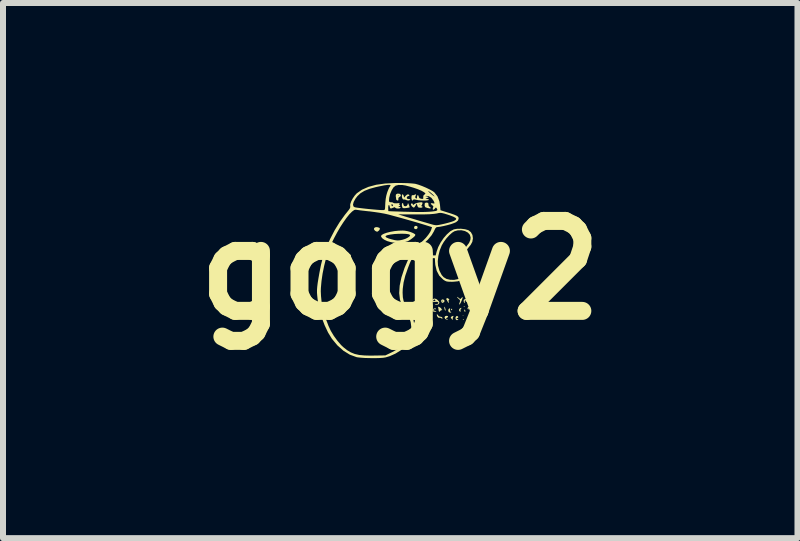
<source format=kicad_pcb>
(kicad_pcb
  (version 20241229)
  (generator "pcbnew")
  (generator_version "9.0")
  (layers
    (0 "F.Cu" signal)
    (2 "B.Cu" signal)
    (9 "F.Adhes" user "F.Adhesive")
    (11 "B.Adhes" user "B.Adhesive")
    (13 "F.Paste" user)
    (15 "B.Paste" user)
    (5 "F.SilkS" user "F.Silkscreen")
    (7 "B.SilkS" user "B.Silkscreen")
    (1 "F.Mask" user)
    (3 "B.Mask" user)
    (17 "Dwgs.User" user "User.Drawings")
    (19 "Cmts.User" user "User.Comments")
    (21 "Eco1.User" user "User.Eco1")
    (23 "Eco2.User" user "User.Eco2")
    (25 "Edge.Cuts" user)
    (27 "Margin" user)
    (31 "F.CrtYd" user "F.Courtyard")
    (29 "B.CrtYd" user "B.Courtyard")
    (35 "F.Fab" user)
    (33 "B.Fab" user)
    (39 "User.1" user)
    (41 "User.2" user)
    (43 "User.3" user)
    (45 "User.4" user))
  (footprint "gogy2"
    (layer "F.Cu")
    (at 3.621 1.454)
    (property "Reference" "gogy2" (at 0 0 0) (layer "F.SilkS") (effects (font (size 1.5 1.5) (thickness 0.3))))
    (attr board_only exclude_from_pos_files exclude_from_bom)
    (fp_poly (pts (xy 0.36 0.447) (xy 0.354 0.454) (xy 0.347 0.447) (xy 0.354 0.44)) (stroke (width 0) (type solid)) (fill yes) (layer "F.SilkS"))
    (fp_poly (pts (xy 1.054 0.754) (xy 1.047 0.76) (xy 1.041 0.754) (xy 1.047 0.747)) (stroke (width 0) (type solid)) (fill yes) (layer "F.SilkS"))
    (fp_poly (pts (xy 0.489 0.605) (xy 0.487 0.613) (xy 0.48 0.614) (xy 0.469 0.609) (xy 0.471 0.605) (xy 0.487 0.603)) (stroke (width 0) (type solid)) (fill yes) (layer "F.SilkS"))
    (fp_poly (pts (xy 1.063 0.818) (xy 1.061 0.826) (xy 1.054 0.827) (xy 1.043 0.822) (xy 1.045 0.818) (xy 1.061 0.817)) (stroke (width 0) (type solid)) (fill yes) (layer "F.SilkS"))
    (fp_poly (pts (xy 1.076 0.605) (xy 1.074 0.613) (xy 1.067 0.614) (xy 1.056 0.609) (xy 1.058 0.605) (xy 1.074 0.603)) (stroke (width 0) (type solid)) (fill yes) (layer "F.SilkS"))
    (fp_poly (pts (xy 0.382 0.521) (xy 0.384 0.527) (xy 0.392 0.551) (xy 0.387 0.56) (xy 0.374 0.549) (xy 0.367 0.533) (xy 0.361 0.505) (xy 0.368 0.501)) (stroke (width 0) (type solid)) (fill yes) (layer "F.SilkS"))
    (fp_poly (pts (xy 0.505 0.664) (xy 0.507 0.674) (xy 0.504 0.691) (xy 0.502 0.694) (xy 0.493 0.683) (xy 0.489 0.674) (xy 0.488 0.657) (xy 0.494 0.654)) (stroke (width 0) (type solid)) (fill yes) (layer "F.SilkS"))
    (fp_poly (pts (xy 0.867 0.651) (xy 0.867 0.654) (xy 0.857 0.667) (xy 0.853 0.667) (xy 0.845 0.659) (xy 0.847 0.654) (xy 0.859 0.641) (xy 0.861 0.64)) (stroke (width 0) (type solid)) (fill yes) (layer "F.SilkS"))
    (fp_poly (pts (xy 1.081 0.664) (xy 1.085 0.674) (xy 1.086 0.691) (xy 1.08 0.694) (xy 1.069 0.683) (xy 1.067 0.674) (xy 1.07 0.656) (xy 1.072 0.654)) (stroke (width 0) (type solid)) (fill yes) (layer "F.SilkS"))
    (fp_poly (pts (xy 1.31 0.487) (xy 1.294 0.507) (xy 1.269 0.529) (xy 1.257 0.531) (xy 1.254 0.515) (xy 1.265 0.495) (xy 1.275 0.488) (xy 1.303 0.481)) (stroke (width 0) (type solid)) (fill yes) (layer "F.SilkS"))
    (fp_poly (pts (xy 1.33 0.617) (xy 1.338 0.642) (xy 1.335 0.66) (xy 1.327 0.675) (xy 1.321 0.668) (xy 1.316 0.648) (xy 1.31 0.615) (xy 1.315 0.604)) (stroke (width 0) (type solid)) (fill yes) (layer "F.SilkS"))
    (fp_poly (pts (xy 0.276 -0.737) (xy 0.29 -0.722) (xy 0.287 -0.7) (xy 0.268 -0.684) (xy 0.263 -0.683) (xy 0.24 -0.69) (xy 0.231 -0.701) (xy 0.233 -0.725) (xy 0.252 -0.739)) (stroke (width 0) (type solid)) (fill yes) (layer "F.SilkS"))
    (fp_poly (pts (xy 0.748 0.625) (xy 0.748 0.626) (xy 0.756 0.655) (xy 0.757 0.672) (xy 0.749 0.673) (xy 0.743 0.662) (xy 0.735 0.629) (xy 0.735 0.616) (xy 0.738 0.607)) (stroke (width 0) (type solid)) (fill yes) (layer "F.SilkS"))
    (fp_poly (pts (xy 1.248 0.626) (xy 1.257 0.641) (xy 1.27 0.668) (xy 1.268 0.679) (xy 1.262 0.68) (xy 1.246 0.669) (xy 1.237 0.644) (xy 1.232 0.613) (xy 1.235 0.608)) (stroke (width 0) (type solid)) (fill yes) (layer "F.SilkS"))
    (fp_poly (pts (xy -0.349 -0.708) (xy -0.337 -0.69) (xy -0.351 -0.665) (xy -0.354 -0.662) (xy -0.377 -0.643) (xy -0.398 -0.645) (xy -0.42 -0.658) (xy -0.438 -0.682) (xy -0.434 -0.704) (xy -0.411 -0.717) (xy -0.385 -0.718)) (stroke (width 0) (type solid)) (fill yes) (layer "F.SilkS"))
    (fp_poly (pts (xy 0.832 0.638) (xy 0.83 0.656) (xy 0.832 0.684) (xy 0.842 0.695) (xy 0.853 0.704) (xy 0.839 0.707) (xy 0.815 0.702) (xy 0.809 0.698) (xy 0.8 0.675) (xy 0.806 0.649) (xy 0.819 0.636)) (stroke (width 0) (type solid)) (fill yes) (layer "F.SilkS"))
    (fp_poly (pts (xy 1.023 0.633) (xy 1.015 0.639) (xy 1.003 0.66) (xy 1.005 0.672) (xy 1.006 0.69) (xy 1.002 0.694) (xy 0.988 0.683) (xy 0.981 0.671) (xy 0.984 0.647) (xy 1.005 0.63) (xy 1.021 0.627)) (stroke (width 0) (type solid)) (fill yes) (layer "F.SilkS"))
    (fp_poly (pts (xy 0.89 0.763) (xy 0.885 0.774) (xy 0.884 0.775) (xy 0.875 0.799) (xy 0.876 0.809) (xy 0.879 0.825) (xy 0.868 0.822) (xy 0.853 0.806) (xy 0.842 0.787) (xy 0.853 0.774) (xy 0.855 0.773) (xy 0.878 0.762)) (stroke (width 0) (type solid)) (fill yes) (layer "F.SilkS"))
    (fp_poly (pts (xy 1.213 0.489) (xy 1.211 0.5) (xy 1.198 0.523) (xy 1.175 0.532) (xy 1.157 0.525) (xy 1.147 0.504) (xy 1.147 0.502) (xy 1.154 0.497) (xy 1.163 0.504) (xy 1.179 0.511) (xy 1.197 0.496) (xy 1.21 0.481)) (stroke (width 0) (type solid)) (fill yes) (layer "F.SilkS"))
    (fp_poly (pts (xy 0.806 0.475) (xy 0.82 0.489) (xy 0.815 0.494) (xy 0.805 0.504) (xy 0.807 0.52) (xy 0.81 0.543) (xy 0.802 0.544) (xy 0.791 0.524) (xy 0.779 0.5) (xy 0.772 0.493) (xy 0.768 0.478) (xy 0.771 0.471) (xy 0.785 0.464)) (stroke (width 0) (type solid)) (fill yes) (layer "F.SilkS"))
    (fp_poly (pts (xy 0.797 0.767) (xy 0.797 0.781) (xy 0.777 0.794) (xy 0.762 0.802) (xy 0.77 0.81) (xy 0.78 0.814) (xy 0.797 0.823) (xy 0.788 0.826) (xy 0.785 0.826) (xy 0.759 0.817) (xy 0.748 0.808) (xy 0.738 0.783) (xy 0.752 0.765) (xy 0.775 0.76)) (stroke (width 0) (type solid)) (fill yes) (layer "F.SilkS"))
    (fp_poly (pts (xy 0.627 0.744) (xy 0.632 0.754) (xy 0.65 0.77) (xy 0.666 0.774) (xy 0.691 0.78) (xy 0.705 0.795) (xy 0.703 0.809) (xy 0.691 0.806) (xy 0.687 0.801) (xy 0.669 0.792) (xy 0.655 0.793) (xy 0.632 0.79) (xy 0.616 0.767) (xy 0.609 0.743) (xy 0.613 0.734)) (stroke (width 0) (type solid)) (fill yes) (layer "F.SilkS"))
    (fp_poly (pts (xy 0.964 0.772) (xy 0.969 0.786) (xy 0.954 0.796) (xy 0.936 0.804) (xy 0.944 0.81) (xy 0.954 0.814) (xy 0.969 0.824) (xy 0.966 0.83) (xy 0.943 0.832) (xy 0.937 0.831) (xy 0.923 0.814) (xy 0.922 0.788) (xy 0.934 0.767) (xy 0.935 0.766) (xy 0.956 0.766)) (stroke (width 0) (type solid)) (fill yes) (layer "F.SilkS"))
    (fp_poly (pts (xy 1.11 0.489) (xy 1.116 0.51) (xy 1.109 0.524) (xy 1.097 0.53) (xy 1.094 0.515) (xy 1.088 0.5) (xy 1.081 0.5) (xy 1.074 0.517) (xy 1.076 0.527) (xy 1.078 0.544) (xy 1.075 0.547) (xy 1.063 0.536) (xy 1.059 0.528) (xy 1.058 0.499) (xy 1.077 0.482) (xy 1.087 0.48)) (stroke (width 0) (type solid)) (fill yes) (layer "F.SilkS"))
    (fp_poly (pts (xy 0.465 -1.122) (xy 0.471 -1.103) (xy 0.47 -1.097) (xy 0.475 -1.07) (xy 0.487 -1.059) (xy 0.505 -1.046) (xy 0.507 -1.039) (xy 0.506 -1.031) (xy 0.497 -1.029) (xy 0.474 -1.033) (xy 0.447 -1.039) (xy 0.418 -1.05) (xy 0.408 -1.071) (xy 0.407 -1.087) (xy 0.41 -1.116) (xy 0.426 -1.126) (xy 0.44 -1.127)) (stroke (width 0) (type solid)) (fill yes) (layer "F.SilkS"))
    (fp_poly (pts (xy 0.643 0.611) (xy 0.658 0.617) (xy 0.68 0.632) (xy 0.686 0.642) (xy 0.69 0.654) (xy 0.697 0.658) (xy 0.702 0.664) (xy 0.69 0.666) (xy 0.671 0.673) (xy 0.667 0.68) (xy 0.657 0.693) (xy 0.654 0.694) (xy 0.643 0.683) (xy 0.64 0.668) (xy 0.636 0.635) (xy 0.633 0.622) (xy 0.63 0.609)) (stroke (width 0) (type solid)) (fill yes) (layer "F.SilkS"))
    (fp_poly (pts (xy 0.595 0.642) (xy 0.597 0.652) (xy 0.592 0.65) (xy 0.571 0.649) (xy 0.56 0.654) (xy 0.548 0.665) (xy 0.56 0.672) (xy 0.561 0.672) (xy 0.592 0.682) (xy 0.6 0.685) (xy 0.604 0.69) (xy 0.586 0.693) (xy 0.557 0.69) (xy 0.543 0.685) (xy 0.535 0.664) (xy 0.553 0.644) (xy 0.559 0.641) (xy 0.584 0.634)) (stroke (width 0) (type solid)) (fill yes) (layer "F.SilkS"))
    (fp_poly (pts (xy 0.723 0.491) (xy 0.727 0.493) (xy 0.74 0.512) (xy 0.732 0.529) (xy 0.709 0.546) (xy 0.691 0.537) (xy 0.685 0.526) (xy 0.684 0.511) (xy 0.698 0.511) (xy 0.7 0.519) (xy 0.707 0.52) (xy 0.718 0.515) (xy 0.716 0.511) (xy 0.7 0.51) (xy 0.698 0.511) (xy 0.684 0.511) (xy 0.684 0.5) (xy 0.7 0.486)) (stroke (width 0) (type solid)) (fill yes) (layer "F.SilkS"))
    (fp_poly (pts (xy 0.955 0.446) (xy 0.975 0.461) (xy 0.996 0.478) (xy 1.009 0.477) (xy 1.022 0.461) (xy 1.036 0.447) (xy 1.041 0.451) (xy 1.036 0.476) (xy 1.023 0.509) (xy 1.008 0.543) (xy 0.994 0.567) (xy 0.986 0.574) (xy 0.983 0.563) (xy 0.99 0.539) (xy 0.999 0.511) (xy 0.99 0.491) (xy 0.977 0.48) (xy 0.955 0.459) (xy 0.947 0.446)) (stroke (width 0) (type solid)) (fill yes) (layer "F.SilkS"))
    (fp_poly (pts (xy -0.016 -1.275) (xy -0.009 -1.273) (xy 0.011 -1.256) (xy 0.008 -1.235) (xy -0.012 -1.221) (xy -0.031 -1.205) (xy -0.03 -1.187) (xy -0.032 -1.165) (xy -0.045 -1.161) (xy -0.063 -1.172) (xy -0.067 -1.184) (xy -0.071 -1.216) (xy -0.075 -1.236) (xy -0.073 -1.247) (xy -0.04 -1.247) (xy -0.033 -1.241) (xy -0.027 -1.247) (xy -0.033 -1.254) (xy -0.04 -1.247) (xy -0.073 -1.247) (xy -0.071 -1.262) (xy -0.049 -1.276)) (stroke (width 0) (type solid)) (fill yes) (layer "F.SilkS"))
    (fp_poly (pts (xy -0.834 -0.262) (xy -0.824 -0.254) (xy -0.825 -0.238) (xy -0.836 -0.208) (xy -0.851 -0.177) (xy -0.876 -0.12) (xy -0.897 -0.058) (xy -0.906 -0.023) (xy -0.917 0.021) (xy -0.928 0.044) (xy -0.943 0.053) (xy -0.95 0.053) (xy -0.965 0.051) (xy -0.972 0.04) (xy -0.972 0.014) (xy -0.968 -0.017) (xy -0.958 -0.066) (xy -0.94 -0.123) (xy -0.918 -0.178) (xy -0.895 -0.224) (xy -0.874 -0.253) (xy -0.872 -0.255) (xy -0.846 -0.264)) (stroke (width 0) (type solid)) (fill yes) (layer "F.SilkS"))
    (fp_poly (pts (xy 0.051 -1.109) (xy 0.053 -1.094) (xy 0.063 -1.072) (xy 0.084 -1.065) (xy 0.107 -1.072) (xy 0.123 -1.093) (xy 0.123 -1.097) (xy 0.128 -1.116) (xy 0.134 -1.113) (xy 0.145 -1.089) (xy 0.155 -1.061) (xy 0.157 -1.047) (xy 0.157 -1.047) (xy 0.143 -1.043) (xy 0.112 -1.038) (xy 0.098 -1.036) (xy 0.06 -1.033) (xy 0.04 -1.04) (xy 0.035 -1.049) (xy 0.027 -1.081) (xy 0.029 -1.108) (xy 0.039 -1.121) (xy 0.04 -1.121)) (stroke (width 0) (type solid)) (fill yes) (layer "F.SilkS"))
    (fp_poly (pts (xy 0.431 0.629) (xy 0.444 0.641) (xy 0.441 0.658) (xy 0.429 0.669) (xy 0.406 0.692) (xy 0.397 0.707) (xy 0.389 0.714) (xy 0.378 0.696) (xy 0.375 0.688) (xy 0.366 0.658) (xy 0.367 0.654) (xy 0.394 0.654) (xy 0.397 0.665) (xy 0.406 0.667) (xy 0.424 0.66) (xy 0.427 0.654) (xy 0.417 0.641) (xy 0.414 0.64) (xy 0.396 0.65) (xy 0.394 0.654) (xy 0.367 0.654) (xy 0.372 0.642) (xy 0.376 0.638) (xy 0.406 0.627)) (stroke (width 0) (type solid)) (fill yes) (layer "F.SilkS"))
    (fp_poly (pts (xy 0.057 -1.243) (xy 0.058 -1.238) (xy 0.065 -1.209) (xy 0.091 -1.241) (xy 0.118 -1.263) (xy 0.14 -1.263) (xy 0.155 -1.25) (xy 0.147 -1.238) (xy 0.129 -1.234) (xy 0.114 -1.223) (xy 0.109 -1.211) (xy 0.113 -1.193) (xy 0.137 -1.187) (xy 0.14 -1.187) (xy 0.163 -1.183) (xy 0.167 -1.174) (xy 0.146 -1.162) (xy 0.114 -1.164) (xy 0.094 -1.173) (xy 0.071 -1.18) (xy 0.063 -1.178) (xy 0.047 -1.18) (xy 0.033 -1.202) (xy 0.027 -1.235) (xy 0.027 -1.237) (xy 0.032 -1.263) (xy 0.044 -1.264)) (stroke (width 0) (type solid)) (fill yes) (layer "F.SilkS"))
    (fp_poly (pts (xy 1.177 0.621) (xy 1.198 0.641) (xy 1.201 0.648) (xy 1.209 0.684) (xy 1.196 0.702) (xy 1.17 0.705) (xy 1.152 0.703) (xy 1.16 0.699) (xy 1.164 0.698) (xy 1.184 0.681) (xy 1.187 0.668) (xy 1.181 0.651) (xy 1.158 0.65) (xy 1.154 0.65) (xy 1.128 0.651) (xy 1.121 0.635) (xy 1.121 0.635) (xy 1.122 0.631) (xy 1.138 0.631) (xy 1.14 0.639) (xy 1.147 0.64) (xy 1.158 0.635) (xy 1.156 0.631) (xy 1.14 0.63) (xy 1.138 0.631) (xy 1.122 0.631) (xy 1.13 0.616) (xy 1.152 0.612)) (stroke (width 0) (type solid)) (fill yes) (layer "F.SilkS"))
    (fp_poly (pts (xy 0.599 0.479) (xy 0.621 0.495) (xy 0.644 0.52) (xy 0.654 0.541) (xy 0.654 0.542) (xy 0.643 0.564) (xy 0.617 0.576) (xy 0.59 0.574) (xy 0.586 0.571) (xy 0.574 0.562) (xy 0.586 0.564) (xy 0.588 0.564) (xy 0.615 0.565) (xy 0.633 0.554) (xy 0.635 0.536) (xy 0.634 0.535) (xy 0.614 0.526) (xy 0.579 0.528) (xy 0.548 0.532) (xy 0.536 0.525) (xy 0.534 0.509) (xy 0.535 0.505) (xy 0.55 0.505) (xy 0.554 0.518) (xy 0.566 0.518) (xy 0.585 0.508) (xy 0.588 0.5) (xy 0.578 0.488) (xy 0.561 0.491) (xy 0.55 0.505) (xy 0.535 0.505) (xy 0.543 0.482) (xy 0.568 0.472)) (stroke (width 0) (type solid)) (fill yes) (layer "F.SilkS"))
    (fp_poly (pts (xy 0.368 -1.13) (xy 0.372 -1.12) (xy 0.371 -1.112) (xy 0.361 -1.086) (xy 0.354 -1.077) (xy 0.35 -1.069) (xy 0.357 -1.067) (xy 0.372 -1.059) (xy 0.374 -1.054) (xy 0.362 -1.044) (xy 0.334 -1.041) (xy 0.334 -1.041) (xy 0.303 -1.046) (xy 0.288 -1.066) (xy 0.285 -1.076) (xy 0.279 -1.101) (xy 0.32 -1.101) (xy 0.327 -1.094) (xy 0.334 -1.101) (xy 0.327 -1.107) (xy 0.32 -1.101) (xy 0.279 -1.101) (xy 0.276 -1.111) (xy 0.255 -1.076) (xy 0.236 -1.048) (xy 0.22 -1.044) (xy 0.199 -1.061) (xy 0.193 -1.068) (xy 0.178 -1.091) (xy 0.183 -1.109) (xy 0.184 -1.11) (xy 0.199 -1.116) (xy 0.208 -1.102) (xy 0.217 -1.087) (xy 0.23 -1.097) (xy 0.232 -1.099) (xy 0.253 -1.113) (xy 0.29 -1.124) (xy 0.311 -1.128) (xy 0.349 -1.133)) (stroke (width 0) (type solid)) (fill yes) (layer "F.SilkS"))
    (fp_poly (pts (xy 0.076 -0.659) (xy 0.125 -0.65) (xy 0.174 -0.636) (xy 0.217 -0.618) (xy 0.245 -0.601) (xy 0.253 -0.589) (xy 0.243 -0.569) (xy 0.215 -0.543) (xy 0.177 -0.514) (xy 0.135 -0.488) (xy 0.12 -0.481) (xy 0.052 -0.462) (xy -0.031 -0.455) (xy -0.123 -0.462) (xy -0.156 -0.468) (xy -0.216 -0.485) (xy -0.267 -0.509) (xy -0.303 -0.536) (xy -0.318 -0.561) (xy -0.246 -0.561) (xy -0.23 -0.545) (xy -0.19 -0.528) (xy -0.146 -0.515) (xy -0.09 -0.501) (xy -0.048 -0.496) (xy -0.009 -0.498) (xy 0.039 -0.508) (xy 0.084 -0.522) (xy 0.123 -0.541) (xy 0.153 -0.562) (xy 0.166 -0.581) (xy 0.163 -0.589) (xy 0.138 -0.6) (xy 0.094 -0.606) (xy 0.036 -0.608) (xy -0.03 -0.607) (xy -0.097 -0.603) (xy -0.159 -0.595) (xy -0.21 -0.585) (xy -0.238 -0.574) (xy -0.246 -0.561) (xy -0.318 -0.561) (xy -0.32 -0.564) (xy -0.32 -0.569) (xy -0.308 -0.588) (xy -0.274 -0.607) (xy -0.223 -0.625) (xy -0.162 -0.64) (xy -0.094 -0.652) (xy -0.025 -0.659) (xy 0.04 -0.661)) (stroke (width 0) (type solid)) (fill yes) (layer "F.SilkS"))
    (fp_poly (pts (xy 0.043 -1.453) (xy 0.12 -1.451) (xy 0.187 -1.447) (xy 0.237 -1.442) (xy 0.256 -1.439) (xy 0.305 -1.425) (xy 0.365 -1.403) (xy 0.429 -1.376) (xy 0.489 -1.347) (xy 0.538 -1.32) (xy 0.568 -1.299) (xy 0.62 -1.233) (xy 0.653 -1.149) (xy 0.663 -1.088) (xy 0.671 -1) (xy 0.775 -0.967) (xy 0.851 -0.943) (xy 0.905 -0.924) (xy 0.941 -0.908) (xy 0.962 -0.893) (xy 0.972 -0.878) (xy 0.974 -0.861) (xy 0.964 -0.829) (xy 0.931 -0.801) (xy 0.931 -0.801) (xy 0.897 -0.786) (xy 0.846 -0.768) (xy 0.785 -0.751) (xy 0.722 -0.736) (xy 0.666 -0.725) (xy 0.626 -0.72) (xy 0.624 -0.72) (xy 0.603 -0.716) (xy 0.586 -0.698) (xy 0.568 -0.662) (xy 0.563 -0.65) (xy 0.525 -0.585) (xy 0.463 -0.511) (xy 0.377 -0.429) (xy 0.344 -0.4) (xy 0.309 -0.366) (xy 0.278 -0.329) (xy 0.255 -0.294) (xy 0.245 -0.267) (xy 0.246 -0.256) (xy 0.263 -0.253) (xy 0.3 -0.25) (xy 0.353 -0.248) (xy 0.417 -0.247) (xy 0.423 -0.247) (xy 0.591 -0.247) (xy 0.606 -0.307) (xy 0.633 -0.384) (xy 0.674 -0.462) (xy 0.724 -0.536) (xy 0.78 -0.6) (xy 0.837 -0.65) (xy 0.891 -0.679) (xy 0.892 -0.68) (xy 0.947 -0.69) (xy 1.014 -0.691) (xy 1.08 -0.683) (xy 1.134 -0.668) (xy 1.136 -0.667) (xy 1.178 -0.634) (xy 1.204 -0.587) (xy 1.212 -0.531) (xy 1.202 -0.473) (xy 1.173 -0.42) (xy 1.163 -0.409) (xy 1.107 -0.338) (xy 1.066 -0.265) (xy 1.045 -0.195) (xy 1.045 -0.192) (xy 1.042 -0.152) (xy 1.049 -0.114) (xy 1.067 -0.069) (xy 1.074 -0.052) (xy 1.112 0.027) (xy 1.084 0.086) (xy 1.053 0.134) (xy 1.014 0.166) (xy 0.961 0.185) (xy 0.889 0.192) (xy 0.866 0.193) (xy 0.812 0.192) (xy 0.776 0.188) (xy 0.748 0.177) (xy 0.72 0.159) (xy 0.715 0.155) (xy 0.651 0.091) (xy 0.608 0.009) (xy 0.585 -0.089) (xy 0.581 -0.137) (xy 0.58 -0.151) (xy 0.626 -0.151) (xy 0.63 -0.078) (xy 0.654 0.009) (xy 0.692 0.081) (xy 0.723 0.116) (xy 0.771 0.145) (xy 0.833 0.16) (xy 0.901 0.161) (xy 0.965 0.148) (xy 1.005 0.129) (xy 1.038 0.093) (xy 1.05 0.042) (xy 1.041 -0.019) (xy 1.029 -0.053) (xy 1.012 -0.102) (xy 1.002 -0.15) (xy 1.001 -0.169) (xy 1.01 -0.226) (xy 1.035 -0.291) (xy 1.071 -0.355) (xy 1.106 -0.4) (xy 1.148 -0.455) (xy 1.169 -0.505) (xy 1.174 -0.544) (xy 1.161 -0.59) (xy 1.128 -0.627) (xy 1.079 -0.653) (xy 1.021 -0.666) (xy 0.958 -0.664) (xy 0.903 -0.649) (xy 0.863 -0.624) (xy 0.816 -0.581) (xy 0.768 -0.528) (xy 0.725 -0.469) (xy 0.692 -0.413) (xy 0.692 -0.413) (xy 0.658 -0.328) (xy 0.636 -0.238) (xy 0.626 -0.151) (xy 0.58 -0.151) (xy 0.578 -0.2) (xy 0.397 -0.208) (xy 0.321 -0.211) (xy 0.266 -0.211) (xy 0.228 -0.205) (xy 0.201 -0.189) (xy 0.179 -0.16) (xy 0.159 -0.115) (xy 0.134 -0.05) (xy 0.128 -0.034) (xy 0.084 0.093) (xy 0.056 0.206) (xy 0.042 0.313) (xy 0.04 0.375) (xy 0.044 0.452) (xy 0.057 0.515) (xy 0.083 0.574) (xy 0.125 0.638) (xy 0.133 0.648) (xy 0.186 0.735) (xy 0.221 0.831) (xy 0.239 0.93) (xy 0.237 1.025) (xy 0.215 1.111) (xy 0.206 1.131) (xy 0.159 1.201) (xy 0.092 1.27) (xy 0.01 1.335) (xy -0.081 1.391) (xy -0.175 1.433) (xy -0.242 1.453) (xy -0.286 1.46) (xy -0.35 1.464) (xy -0.427 1.466) (xy -0.508 1.465) (xy -0.587 1.463) (xy -0.658 1.458) (xy -0.712 1.452) (xy -0.728 1.449) (xy -0.84 1.408) (xy -0.947 1.342) (xy -1.048 1.252) (xy -1.14 1.141) (xy -1.203 1.038) (xy -1.26 0.917) (xy -1.31 0.785) (xy -1.348 0.649) (xy -1.367 0.546) (xy -1.377 0.482) (xy -1.383 0.427) (xy -1.387 0.377) (xy -1.387 0.35) (xy -1.324 0.35) (xy -1.32 0.433) (xy -1.311 0.522) (xy -1.297 0.612) (xy -1.281 0.692) (xy -1.263 0.757) (xy -1.255 0.777) (xy -1.238 0.818) (xy -1.216 0.873) (xy -1.195 0.93) (xy -1.194 0.931) (xy -1.158 1.009) (xy -1.107 1.094) (xy -1.047 1.176) (xy -0.985 1.248) (xy -0.947 1.284) (xy -0.885 1.333) (xy -0.823 1.37) (xy -0.758 1.396) (xy -0.683 1.413) (xy -0.595 1.421) (xy -0.487 1.424) (xy -0.447 1.423) (xy -0.247 1.42) (xy -0.133 1.365) (xy -0.04 1.313) (xy 0.043 1.252) (xy 0.109 1.187) (xy 0.155 1.122) (xy 0.157 1.118) (xy 0.18 1.044) (xy 0.186 0.958) (xy 0.175 0.868) (xy 0.148 0.78) (xy 0.106 0.701) (xy 0.087 0.674) (xy 0.031 0.588) (xy -0.004 0.491) (xy -0.017 0.381) (xy -0.009 0.258) (xy 0.02 0.121) (xy 0.07 -0.031) (xy 0.071 -0.035) (xy 0.125 -0.161) (xy 0.183 -0.271) (xy 0.244 -0.361) (xy 0.305 -0.429) (xy 0.341 -0.458) (xy 0.382 -0.493) (xy 0.427 -0.539) (xy 0.468 -0.59) (xy 0.5 -0.638) (xy 0.516 -0.672) (xy 0.53 -0.718) (xy 0.402 -0.758) (xy 0.304 -0.788) (xy 0.187 -0.822) (xy 0.06 -0.858) (xy -0.071 -0.894) (xy -0.193 -0.927) (xy -0.21 -0.931) (xy -0.033 -0.931) (xy 0.047 -0.906) (xy 0.095 -0.891) (xy 0.162 -0.871) (xy 0.241 -0.848) (xy 0.323 -0.823) (xy 0.403 -0.8) (xy 0.472 -0.78) (xy 0.52 -0.766) (xy 0.556 -0.756) (xy 0.585 -0.751) (xy 0.612 -0.75) (xy 0.646 -0.755) (xy 0.694 -0.765) (xy 0.739 -0.775) (xy 0.797 -0.79) (xy 0.849 -0.805) (xy 0.887 -0.818) (xy 0.897 -0.822) (xy 0.925 -0.84) (xy 0.934 -0.856) (xy 0.923 -0.872) (xy 0.89 -0.89) (xy 0.834 -0.912) (xy 0.79 -0.927) (xy 0.735 -0.944) (xy 0.696 -0.953) (xy 0.666 -0.956) (xy 0.635 -0.952) (xy 0.61 -0.946) (xy 0.562 -0.939) (xy 0.489 -0.933) (xy 0.388 -0.93) (xy 0.262 -0.93) (xy 0.253 -0.93) (xy -0.033 -0.931) (xy -0.21 -0.931) (xy -0.259 -0.942) (xy -0.341 -0.957) (xy -0.43 -0.97) (xy -0.514 -0.981) (xy -0.52 -0.981) (xy -0.591 -0.989) (xy -0.654 -0.996) (xy -0.703 -1.003) (xy -0.733 -1.007) (xy -0.738 -1.009) (xy -0.766 -1.004) (xy -0.802 -0.978) (xy -0.846 -0.934) (xy -0.895 -0.873) (xy -0.946 -0.801) (xy -1 -0.718) (xy -1.052 -0.628) (xy -1.102 -0.535) (xy -1.148 -0.441) (xy -1.187 -0.348) (xy -1.202 -0.308) (xy -1.237 -0.196) (xy -1.268 -0.071) (xy -1.294 0.057) (xy -1.312 0.181) (xy -1.322 0.294) (xy -1.324 0.35) (xy -1.387 0.35) (xy -1.387 0.327) (xy -1.383 0.273) (xy -1.375 0.21) (xy -1.363 0.136) (xy -1.347 0.045) (xy -1.325 -0.067) (xy -1.318 -0.1) (xy -1.284 -0.232) (xy -1.233 -0.374) (xy -1.168 -0.521) (xy -1.093 -0.665) (xy -1.01 -0.801) (xy -0.923 -0.922) (xy -0.89 -0.963) (xy -0.855 -1.007) (xy -0.836 -1.037) (xy -0.832 -1.06) (xy -0.834 -1.067) (xy -0.833 -1.093) (xy -0.787 -1.093) (xy -0.779 -1.063) (xy -0.757 -1.049) (xy -0.723 -1.043) (xy -0.67 -1.036) (xy -0.602 -1.028) (xy -0.528 -1.02) (xy -0.453 -1.013) (xy -0.384 -1.007) (xy -0.327 -1.003) (xy -0.31 -1.002) (xy -0.275 -1.002) (xy -0.258 -1.009) (xy -0.253 -1.029) (xy -0.252 -1.041) (xy -0.2 -1.041) (xy -0.199 -1.007) (xy -0.198 -0.987) (xy -0.197 -0.985) (xy -0.183 -0.984) (xy -0.147 -0.982) (xy -0.092 -0.98) (xy -0.023 -0.978) (xy 0.056 -0.975) (xy 0.067 -0.975) (xy 0.189 -0.972) (xy 0.288 -0.97) (xy 0.37 -0.97) (xy 0.437 -0.972) (xy 0.494 -0.975) (xy 0.545 -0.98) (xy 0.591 -0.987) (xy 0.614 -0.996) (xy 0.619 -1.01) (xy 0.611 -1.027) (xy 0.598 -1.044) (xy 0.587 -1.04) (xy 0.577 -1.026) (xy 0.557 -1.008) (xy 0.543 -1.011) (xy 0.543 -1.031) (xy 0.547 -1.041) (xy 0.553 -1.064) (xy 0.536 -1.082) (xy 0.534 -1.083) (xy 0.511 -1.103) (xy 0.511 -1.116) (xy 0.532 -1.117) (xy 0.54 -1.115) (xy 0.565 -1.111) (xy 0.572 -1.118) (xy 0.564 -1.141) (xy 0.554 -1.16) (xy 0.519 -1.207) (xy 0.475 -1.234) (xy 0.441 -1.239) (xy 0.42 -1.237) (xy 0.423 -1.234) (xy 0.447 -1.228) (xy 0.47 -1.221) (xy 0.471 -1.214) (xy 0.45 -1.204) (xy 0.427 -1.196) (xy 0.423 -1.191) (xy 0.442 -1.188) (xy 0.444 -1.188) (xy 0.47 -1.183) (xy 0.48 -1.174) (xy 0.468 -1.167) (xy 0.437 -1.162) (xy 0.393 -1.161) (xy 0.345 -1.163) (xy 0.299 -1.167) (xy 0.267 -1.174) (xy 0.23 -1.181) (xy 0.216 -1.174) (xy 0.205 -1.159) (xy 0.195 -1.167) (xy 0.188 -1.191) (xy 0.187 -1.209) (xy 0.19 -1.241) (xy 0.199 -1.251) (xy 0.205 -1.25) (xy 0.23 -1.252) (xy 0.238 -1.257) (xy 0.256 -1.266) (xy 0.264 -1.256) (xy 0.255 -1.236) (xy 0.255 -1.236) (xy 0.248 -1.217) (xy 0.26 -1.201) (xy 0.275 -1.193) (xy 0.28 -1.205) (xy 0.28 -1.219) (xy 0.285 -1.247) (xy 0.297 -1.252) (xy 0.307 -1.235) (xy 0.309 -1.224) (xy 0.321 -1.2) (xy 0.352 -1.19) (xy 0.379 -1.189) (xy 0.386 -1.2) (xy 0.383 -1.213) (xy 0.387 -1.244) (xy 0.402 -1.259) (xy 0.419 -1.273) (xy 0.417 -1.284) (xy 0.396 -1.301) (xy 0.391 -1.304) (xy 0.361 -1.321) (xy 0.466 -1.321) (xy 0.469 -1.314) (xy 0.486 -1.296) (xy 0.512 -1.273) (xy 0.54 -1.25) (xy 0.563 -1.234) (xy 0.574 -1.229) (xy 0.569 -1.236) (xy 0.549 -1.257) (xy 0.53 -1.274) (xy 0.499 -1.301) (xy 0.474 -1.318) (xy 0.466 -1.321) (xy 0.361 -1.321) (xy 0.352 -1.326) (xy 0.294 -1.35) (xy 0.225 -1.374) (xy 0.154 -1.395) (xy 0.088 -1.412) (xy 0.036 -1.42) (xy -0.028 -1.421) (xy -0.074 -1.41) (xy -0.079 -1.408) (xy -0.113 -1.379) (xy -0.143 -1.33) (xy -0.168 -1.27) (xy -0.183 -1.207) (xy -0.184 -1.197) (xy -0.187 -1.159) (xy -0.183 -1.141) (xy -0.17 -1.134) (xy -0.156 -1.134) (xy -0.127 -1.13) (xy -0.114 -1.122) (xy -0.098 -1.116) (xy -0.065 -1.115) (xy -0.05 -1.116) (xy -0.017 -1.119) (xy -0.007 -1.115) (xy -0.013 -1.109) (xy -0.024 -1.097) (xy -0.017 -1.094) (xy -0.001 -1.087) (xy -0.005 -1.074) (xy -0.023 -1.063) (xy -0.035 -1.058) (xy -0.02 -1.056) (xy -0.016 -1.055) (xy 0.005 -1.05) (xy 0.007 -1.041) (xy -0.012 -1.03) (xy -0.041 -1.028) (xy -0.069 -1.032) (xy -0.083 -1.042) (xy -0.093 -1.051) (xy -0.116 -1.042) (xy -0.151 -1.029) (xy -0.169 -1.034) (xy -0.173 -1.053) (xy -0.18 -1.079) (xy -0.187 -1.087) (xy -0.196 -1.081) (xy -0.2 -1.053) (xy -0.2 -1.041) (xy -0.252 -1.041) (xy -0.252 -1.044) (xy -0.25 -1.088) (xy -0.147 -1.088) (xy -0.14 -1.07) (xy -0.133 -1.067) (xy -0.12 -1.077) (xy -0.12 -1.08) (xy -0.13 -1.098) (xy -0.133 -1.101) (xy -0.145 -1.098) (xy -0.147 -1.088) (xy -0.25 -1.088) (xy -0.248 -1.126) (xy -0.242 -1.188) (xy -0.233 -1.239) (xy -0.22 -1.286) (xy -0.213 -1.307) (xy -0.196 -1.35) (xy -0.181 -1.382) (xy -0.171 -1.395) (xy -0.16 -1.414) (xy -0.16 -1.416) (xy -0.173 -1.423) (xy -0.209 -1.422) (xy -0.269 -1.414) (xy -0.351 -1.397) (xy -0.407 -1.385) (xy -0.512 -1.356) (xy -0.596 -1.323) (xy -0.662 -1.283) (xy -0.714 -1.234) (xy -0.746 -1.192) (xy -0.776 -1.137) (xy -0.787 -1.093) (xy -0.833 -1.093) (xy -0.833 -1.1) (xy -0.818 -1.145) (xy -0.792 -1.195) (xy -0.759 -1.243) (xy -0.724 -1.282) (xy -0.637 -1.342) (xy -0.53 -1.389) (xy -0.401 -1.424) (xy -0.25 -1.445) (xy -0.076 -1.454) (xy -0.038 -1.454)) (stroke (width 0) (type solid)) (fill yes) (layer "F.SilkS")))
  (gr_rect
    (start -3 -3)
    (end 10.243 5.92)
    (stroke (width 0.1) (type default))
    (fill no)
    (layer "Edge.Cuts")))
</source>
